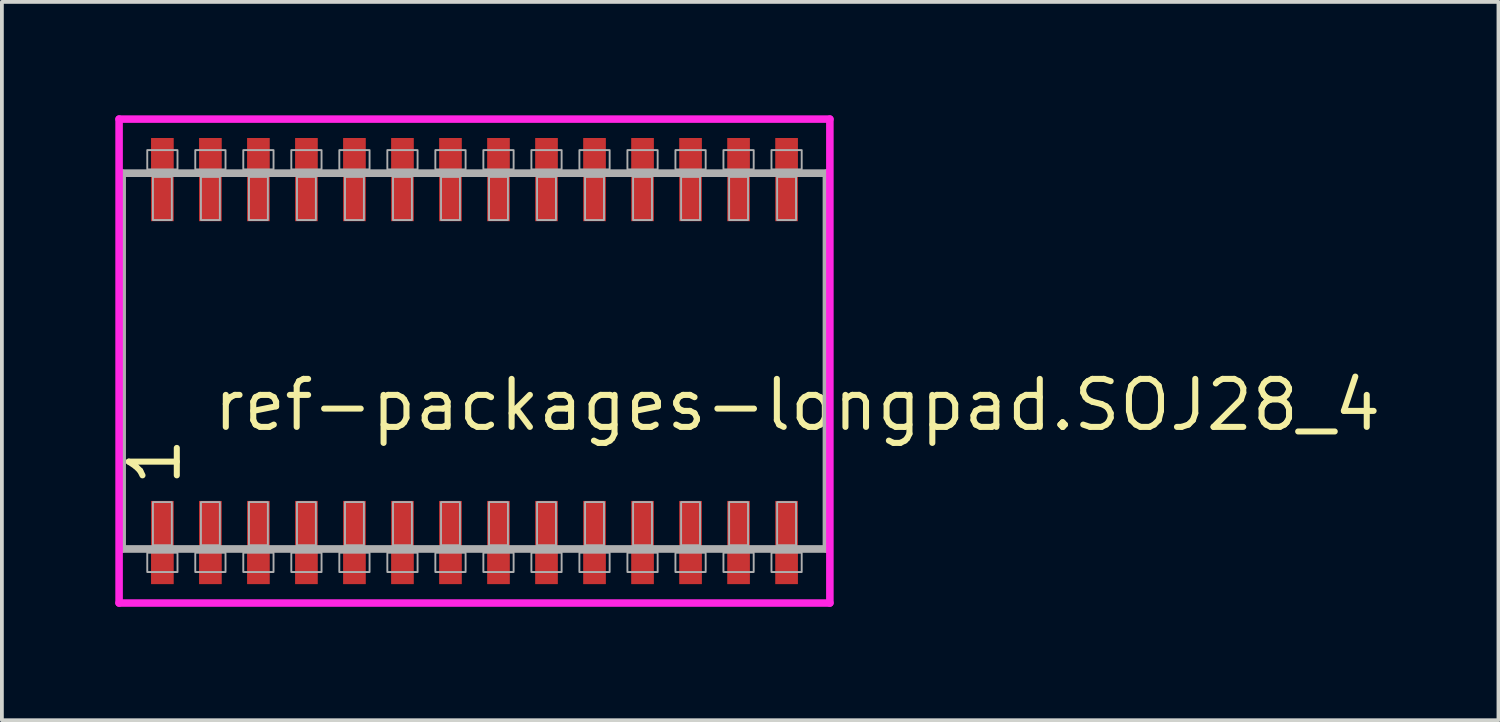
<source format=kicad_pcb>
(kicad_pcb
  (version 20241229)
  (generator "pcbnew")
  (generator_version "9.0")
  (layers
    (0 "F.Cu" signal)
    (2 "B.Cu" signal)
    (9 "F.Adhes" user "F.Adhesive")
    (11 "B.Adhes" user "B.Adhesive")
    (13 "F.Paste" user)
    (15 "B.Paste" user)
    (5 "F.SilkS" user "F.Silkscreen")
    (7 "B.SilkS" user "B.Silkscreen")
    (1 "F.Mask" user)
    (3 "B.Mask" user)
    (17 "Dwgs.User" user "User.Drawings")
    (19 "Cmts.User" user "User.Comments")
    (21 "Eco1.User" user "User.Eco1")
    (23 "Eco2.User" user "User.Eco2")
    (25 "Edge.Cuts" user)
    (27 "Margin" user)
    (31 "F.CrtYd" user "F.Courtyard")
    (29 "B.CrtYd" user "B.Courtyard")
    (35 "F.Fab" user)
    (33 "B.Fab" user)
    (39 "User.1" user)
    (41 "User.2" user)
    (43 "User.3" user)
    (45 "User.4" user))
  (footprint "ref-packages-longpad.SOJ28_4"
    (layer "F.Cu")
    (at 9.5 6.5)
    (property "Reference" "ref-packages-longpad.SOJ28_4" (at -6.985 1.905 0) (layer "F.SilkS") (effects (font (size 1.27 1.27) (thickness 0.16)) (justify left bottom)))
    (attr smd)
    (fp_line (start -9.4 -6.4) (end 9.4 -6.4) (stroke (width 0.2) (type default)) (layer "F.CrtYd"))
    (fp_line (start -9.4 6.4) (end -9.4 -6.4) (stroke (width 0.2) (type default)) (layer "F.CrtYd"))
    (fp_line (start 9.4 -6.4) (end 9.4 6.4) (stroke (width 0.2) (type default)) (layer "F.CrtYd"))
    (fp_line (start 9.4 6.4) (end -9.4 6.4) (stroke (width 0.2) (type default)) (layer "F.CrtYd"))
    (fp_line (start -9.32 -4.97) (end 9.31 -4.97) (stroke (width 0.203) (type default)) (layer "F.Fab"))
    (fp_line (start -9.32 4.97) (end -9.32 -4.97) (stroke (width 0.203) (type default)) (layer "F.Fab"))
    (fp_line (start 9.31 -4.97) (end 9.31 4.97) (stroke (width 0.203) (type default)) (layer "F.Fab"))
    (fp_line (start 9.31 4.97) (end -9.32 4.97) (stroke (width 0.203) (type default)) (layer "F.Fab"))
    (fp_rect (start -8.655 -5.07) (end -7.855 -5.58) (stroke (width 0.05) (type default)) (fill no) (layer "F.Fab"))
    (fp_rect (start -8.655 5.58) (end -7.855 5.07) (stroke (width 0.05) (type default)) (fill no) (layer "F.Fab"))
    (fp_rect (start -8.505 -3.73) (end -8.005 -4.87) (stroke (width 0.05) (type default)) (fill no) (layer "F.Fab"))
    (fp_rect (start -8.505 4.87) (end -8.005 3.73) (stroke (width 0.05) (type default)) (fill no) (layer "F.Fab"))
    (fp_rect (start -7.385 -5.07) (end -6.585 -5.58) (stroke (width 0.05) (type default)) (fill no) (layer "F.Fab"))
    (fp_rect (start -7.385 5.58) (end -6.585 5.07) (stroke (width 0.05) (type default)) (fill no) (layer "F.Fab"))
    (fp_rect (start -7.235 -3.73) (end -6.735 -4.87) (stroke (width 0.05) (type default)) (fill no) (layer "F.Fab"))
    (fp_rect (start -7.235 4.87) (end -6.735 3.73) (stroke (width 0.05) (type default)) (fill no) (layer "F.Fab"))
    (fp_rect (start -6.115 -5.07) (end -5.315 -5.58) (stroke (width 0.05) (type default)) (fill no) (layer "F.Fab"))
    (fp_rect (start -6.115 5.58) (end -5.315 5.07) (stroke (width 0.05) (type default)) (fill no) (layer "F.Fab"))
    (fp_rect (start -5.965 -3.73) (end -5.465 -4.87) (stroke (width 0.05) (type default)) (fill no) (layer "F.Fab"))
    (fp_rect (start -5.965 4.87) (end -5.465 3.73) (stroke (width 0.05) (type default)) (fill no) (layer "F.Fab"))
    (fp_rect (start -4.845 -5.07) (end -4.045 -5.58) (stroke (width 0.05) (type default)) (fill no) (layer "F.Fab"))
    (fp_rect (start -4.845 5.58) (end -4.045 5.07) (stroke (width 0.05) (type default)) (fill no) (layer "F.Fab"))
    (fp_rect (start -4.695 -3.73) (end -4.195 -4.87) (stroke (width 0.05) (type default)) (fill no) (layer "F.Fab"))
    (fp_rect (start -4.695 4.87) (end -4.195 3.73) (stroke (width 0.05) (type default)) (fill no) (layer "F.Fab"))
    (fp_rect (start -3.575 -5.07) (end -2.775 -5.58) (stroke (width 0.05) (type default)) (fill no) (layer "F.Fab"))
    (fp_rect (start -3.575 5.58) (end -2.775 5.07) (stroke (width 0.05) (type default)) (fill no) (layer "F.Fab"))
    (fp_rect (start -3.425 -3.73) (end -2.925 -4.87) (stroke (width 0.05) (type default)) (fill no) (layer "F.Fab"))
    (fp_rect (start -3.425 4.87) (end -2.925 3.73) (stroke (width 0.05) (type default)) (fill no) (layer "F.Fab"))
    (fp_rect (start -2.305 -5.07) (end -1.505 -5.58) (stroke (width 0.05) (type default)) (fill no) (layer "F.Fab"))
    (fp_rect (start -2.305 5.58) (end -1.505 5.07) (stroke (width 0.05) (type default)) (fill no) (layer "F.Fab"))
    (fp_rect (start -2.155 -3.73) (end -1.655 -4.87) (stroke (width 0.05) (type default)) (fill no) (layer "F.Fab"))
    (fp_rect (start -2.155 4.87) (end -1.655 3.73) (stroke (width 0.05) (type default)) (fill no) (layer "F.Fab"))
    (fp_rect (start -1.035 -5.07) (end -0.235 -5.58) (stroke (width 0.05) (type default)) (fill no) (layer "F.Fab"))
    (fp_rect (start -1.035 5.58) (end -0.235 5.07) (stroke (width 0.05) (type default)) (fill no) (layer "F.Fab"))
    (fp_rect (start -0.885 -3.73) (end -0.385 -4.87) (stroke (width 0.05) (type default)) (fill no) (layer "F.Fab"))
    (fp_rect (start -0.885 4.87) (end -0.385 3.73) (stroke (width 0.05) (type default)) (fill no) (layer "F.Fab"))
    (fp_rect (start 0.235 -5.07) (end 1.035 -5.58) (stroke (width 0.05) (type default)) (fill no) (layer "F.Fab"))
    (fp_rect (start 0.235 5.58) (end 1.035 5.07) (stroke (width 0.05) (type default)) (fill no) (layer "F.Fab"))
    (fp_rect (start 0.385 -3.73) (end 0.885 -4.87) (stroke (width 0.05) (type default)) (fill no) (layer "F.Fab"))
    (fp_rect (start 0.385 4.87) (end 0.885 3.73) (stroke (width 0.05) (type default)) (fill no) (layer "F.Fab"))
    (fp_rect (start 1.505 -5.07) (end 2.305 -5.58) (stroke (width 0.05) (type default)) (fill no) (layer "F.Fab"))
    (fp_rect (start 1.505 5.58) (end 2.305 5.07) (stroke (width 0.05) (type default)) (fill no) (layer "F.Fab"))
    (fp_rect (start 1.655 -3.73) (end 2.155 -4.87) (stroke (width 0.05) (type default)) (fill no) (layer "F.Fab"))
    (fp_rect (start 1.655 4.87) (end 2.155 3.73) (stroke (width 0.05) (type default)) (fill no) (layer "F.Fab"))
    (fp_rect (start 2.775 -5.07) (end 3.575 -5.58) (stroke (width 0.05) (type default)) (fill no) (layer "F.Fab"))
    (fp_rect (start 2.775 5.58) (end 3.575 5.07) (stroke (width 0.05) (type default)) (fill no) (layer "F.Fab"))
    (fp_rect (start 2.925 -3.73) (end 3.425 -4.87) (stroke (width 0.05) (type default)) (fill no) (layer "F.Fab"))
    (fp_rect (start 2.925 4.87) (end 3.425 3.73) (stroke (width 0.05) (type default)) (fill no) (layer "F.Fab"))
    (fp_rect (start 4.045 -5.07) (end 4.845 -5.58) (stroke (width 0.05) (type default)) (fill no) (layer "F.Fab"))
    (fp_rect (start 4.045 5.58) (end 4.845 5.07) (stroke (width 0.05) (type default)) (fill no) (layer "F.Fab"))
    (fp_rect (start 4.195 -3.73) (end 4.695 -4.87) (stroke (width 0.05) (type default)) (fill no) (layer "F.Fab"))
    (fp_rect (start 4.195 4.87) (end 4.695 3.73) (stroke (width 0.05) (type default)) (fill no) (layer "F.Fab"))
    (fp_rect (start 5.315 -5.07) (end 6.115 -5.58) (stroke (width 0.05) (type default)) (fill no) (layer "F.Fab"))
    (fp_rect (start 5.315 5.58) (end 6.115 5.07) (stroke (width 0.05) (type default)) (fill no) (layer "F.Fab"))
    (fp_rect (start 5.465 -3.73) (end 5.965 -4.87) (stroke (width 0.05) (type default)) (fill no) (layer "F.Fab"))
    (fp_rect (start 5.465 4.87) (end 5.965 3.73) (stroke (width 0.05) (type default)) (fill no) (layer "F.Fab"))
    (fp_rect (start 6.585 -5.07) (end 7.385 -5.58) (stroke (width 0.05) (type default)) (fill no) (layer "F.Fab"))
    (fp_rect (start 6.585 5.58) (end 7.385 5.07) (stroke (width 0.05) (type default)) (fill no) (layer "F.Fab"))
    (fp_rect (start 6.735 -3.73) (end 7.235 -4.87) (stroke (width 0.05) (type default)) (fill no) (layer "F.Fab"))
    (fp_rect (start 6.735 4.87) (end 7.235 3.73) (stroke (width 0.05) (type default)) (fill no) (layer "F.Fab"))
    (fp_rect (start 7.855 -5.07) (end 8.655 -5.58) (stroke (width 0.05) (type default)) (fill no) (layer "F.Fab"))
    (fp_rect (start 7.855 5.58) (end 8.655 5.07) (stroke (width 0.05) (type default)) (fill no) (layer "F.Fab"))
    (fp_rect (start 8.005 -3.73) (end 8.505 -4.87) (stroke (width 0.05) (type default)) (fill no) (layer "F.Fab"))
    (fp_rect (start 8.005 4.87) (end 8.505 3.73) (stroke (width 0.05) (type default)) (fill no) (layer "F.Fab"))
    (fp_text user "1" (at -7.71 3.37 90) (layer "F.SilkS") (effects (font (size 1.27 1.27) (thickness 0.16)) (justify left bottom)))
    (pad "1" smd roundrect (at -8.255 4.8) (size 0.6 2.2) (layers "F.Cu" "F.Mask" "F.Paste") (roundrect_rratio 0.01))
    (pad "2" smd roundrect (at -6.985 4.8) (size 0.6 2.2) (layers "F.Cu" "F.Mask" "F.Paste") (roundrect_rratio 0.01))
    (pad "3" smd roundrect (at -5.715 4.8) (size 0.6 2.2) (layers "F.Cu" "F.Mask" "F.Paste") (roundrect_rratio 0.01))
    (pad "4" smd roundrect (at -4.445 4.8) (size 0.6 2.2) (layers "F.Cu" "F.Mask" "F.Paste") (roundrect_rratio 0.01))
    (pad "5" smd roundrect (at -3.175 4.8) (size 0.6 2.2) (layers "F.Cu" "F.Mask" "F.Paste") (roundrect_rratio 0.01))
    (pad "6" smd roundrect (at -1.905 4.8) (size 0.6 2.2) (layers "F.Cu" "F.Mask" "F.Paste") (roundrect_rratio 0.01))
    (pad "7" smd roundrect (at -0.635 4.8) (size 0.6 2.2) (layers "F.Cu" "F.Mask" "F.Paste") (roundrect_rratio 0.01))
    (pad "8" smd roundrect (at 0.635 4.8) (size 0.6 2.2) (layers "F.Cu" "F.Mask" "F.Paste") (roundrect_rratio 0.01))
    (pad "9" smd roundrect (at 1.905 4.8) (size 0.6 2.2) (layers "F.Cu" "F.Mask" "F.Paste") (roundrect_rratio 0.01))
    (pad "10" smd roundrect (at 3.175 4.8) (size 0.6 2.2) (layers "F.Cu" "F.Mask" "F.Paste") (roundrect_rratio 0.01))
    (pad "11" smd roundrect (at 4.445 4.8) (size 0.6 2.2) (layers "F.Cu" "F.Mask" "F.Paste") (roundrect_rratio 0.01))
    (pad "12" smd roundrect (at 5.715 4.8) (size 0.6 2.2) (layers "F.Cu" "F.Mask" "F.Paste") (roundrect_rratio 0.01))
    (pad "13" smd roundrect (at 6.985 4.8) (size 0.6 2.2) (layers "F.Cu" "F.Mask" "F.Paste") (roundrect_rratio 0.01))
    (pad "14" smd roundrect (at 8.255 4.8) (size 0.6 2.2) (layers "F.Cu" "F.Mask" "F.Paste") (roundrect_rratio 0.01))
    (pad "15" smd roundrect (at 8.255 -4.8) (size 0.6 2.2) (layers "F.Cu" "F.Mask" "F.Paste") (roundrect_rratio 0.01))
    (pad "16" smd roundrect (at 6.985 -4.8) (size 0.6 2.2) (layers "F.Cu" "F.Mask" "F.Paste") (roundrect_rratio 0.01))
    (pad "17" smd roundrect (at 5.715 -4.8) (size 0.6 2.2) (layers "F.Cu" "F.Mask" "F.Paste") (roundrect_rratio 0.01))
    (pad "18" smd roundrect (at 4.445 -4.8) (size 0.6 2.2) (layers "F.Cu" "F.Mask" "F.Paste") (roundrect_rratio 0.01))
    (pad "19" smd roundrect (at 3.175 -4.8) (size 0.6 2.2) (layers "F.Cu" "F.Mask" "F.Paste") (roundrect_rratio 0.01))
    (pad "20" smd roundrect (at 1.905 -4.8) (size 0.6 2.2) (layers "F.Cu" "F.Mask" "F.Paste") (roundrect_rratio 0.01))
    (pad "21" smd roundrect (at 0.635 -4.8) (size 0.6 2.2) (layers "F.Cu" "F.Mask" "F.Paste") (roundrect_rratio 0.01))
    (pad "22" smd roundrect (at -0.635 -4.8) (size 0.6 2.2) (layers "F.Cu" "F.Mask" "F.Paste") (roundrect_rratio 0.01))
    (pad "23" smd roundrect (at -1.905 -4.8) (size 0.6 2.2) (layers "F.Cu" "F.Mask" "F.Paste") (roundrect_rratio 0.01))
    (pad "24" smd roundrect (at -3.175 -4.8) (size 0.6 2.2) (layers "F.Cu" "F.Mask" "F.Paste") (roundrect_rratio 0.01))
    (pad "25" smd roundrect (at -4.445 -4.8) (size 0.6 2.2) (layers "F.Cu" "F.Mask" "F.Paste") (roundrect_rratio 0.01))
    (pad "26" smd roundrect (at -5.715 -4.8) (size 0.6 2.2) (layers "F.Cu" "F.Mask" "F.Paste") (roundrect_rratio 0.01))
    (pad "27" smd roundrect (at -6.985 -4.8) (size 0.6 2.2) (layers "F.Cu" "F.Mask" "F.Paste") (roundrect_rratio 0.01))
    (pad "28" smd roundrect (at -8.255 -4.8) (size 0.6 2.2) (layers "F.Cu" "F.Mask" "F.Paste") (roundrect_rratio 0.01)))
  (gr_rect
    (start -3 -3)
    (end 36.584 16)
    (stroke (width 0.1) (type default))
    (fill no)
    (layer "Edge.Cuts")))
</source>
